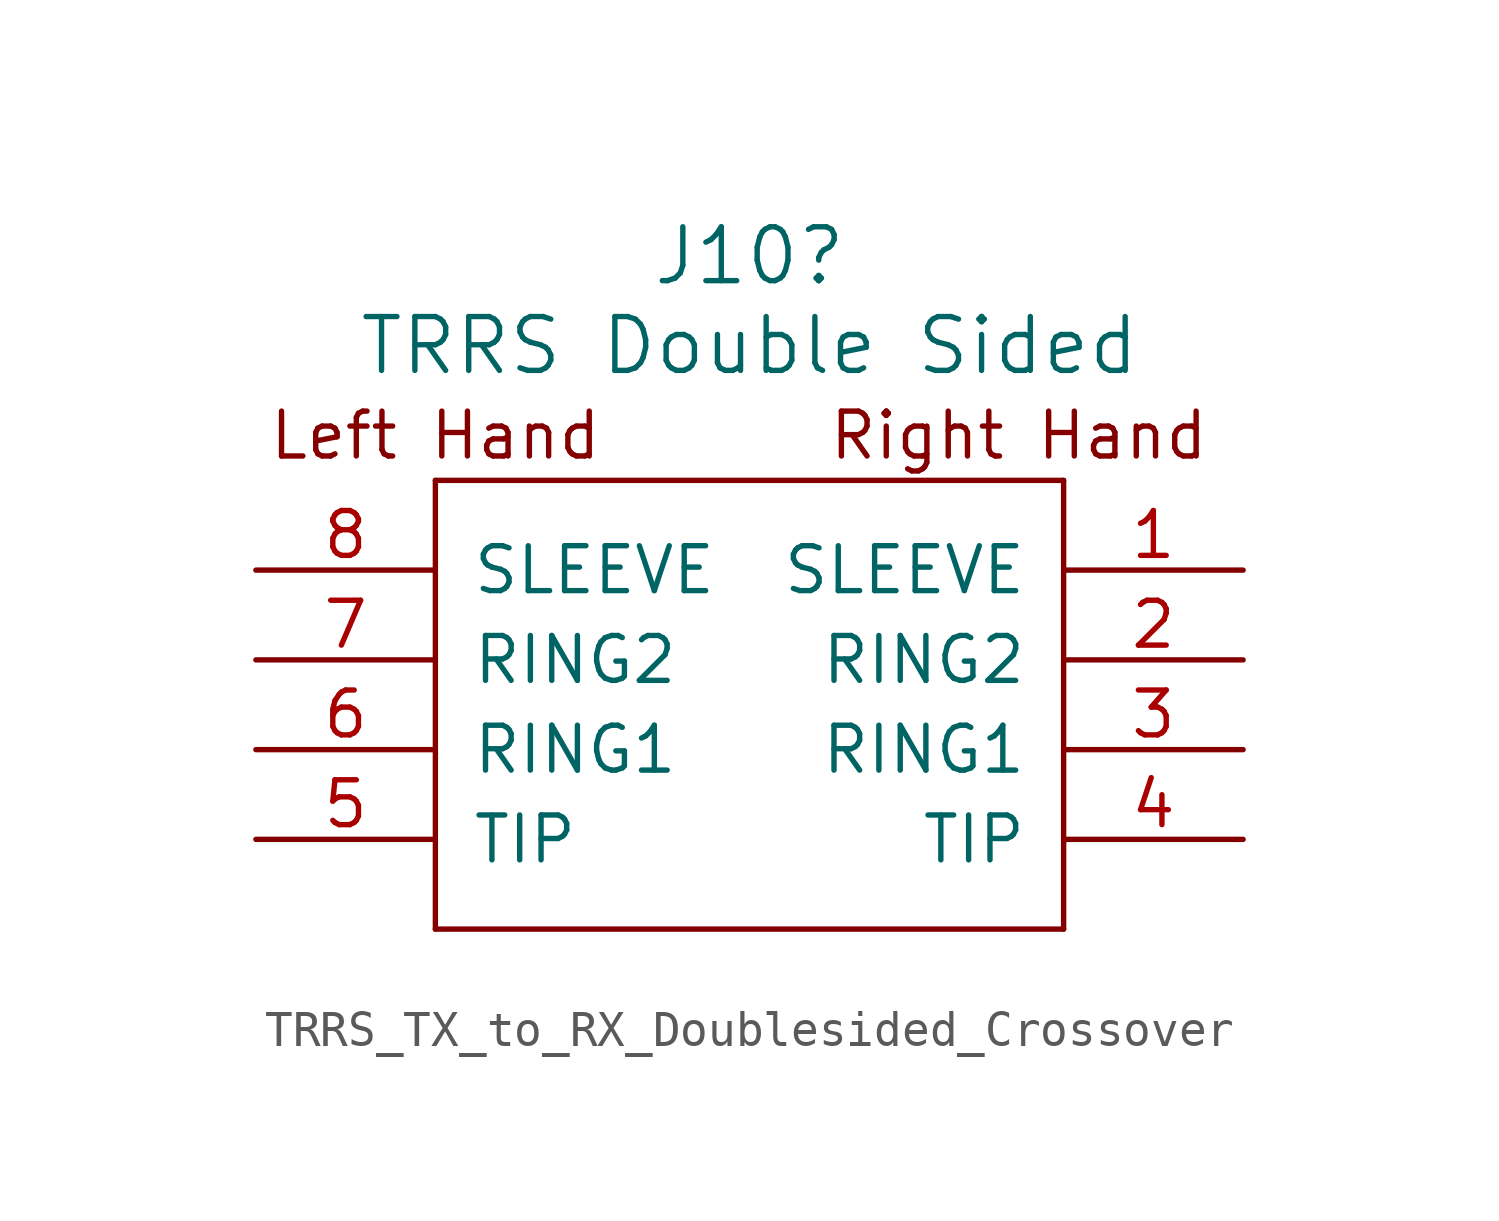
<source format=kicad_sym>
(kicad_symbol_lib
  (version 20220914)
  (generator kicad_symbol_editor)
  (symbol "TRRS_TX_to_RX_Doublesided_Crossover"
    (pin_names
      (offset 1.016))
    (property "Reference" "J10"
      (at -12.7 17.78 0)
      (effects (font (size 1.524 1.524))))
    (property "Value" "TRRS Double Sided"
      (at -12.7 15.24 0)
      (effects (font (size 1.524 1.524))))
    (symbol "TRRS_TX_to_RX_Doublesided_Crossover_0_1"
      (rectangle (start -21.59 -1.27) (end -3.81 -1.27) (stroke (width 0) (type default)) (fill (type none)))
      (rectangle (start -21.59 11.43) (end -21.59 -1.27) (stroke (width 0) (type default)) (fill (type none)))
      (rectangle (start -21.59 11.43) (end -3.81 11.43) (stroke (width 0) (type default)) (fill (type none)))
      (rectangle (start -3.81 11.43) (end -3.81 -1.27) (stroke (width 0) (type default)) (fill (type none)))
      (text "Left Hand\n" (at -21.59 12.7 0) (effects (font (size 1.27 1.27))))
      (text "Right Hand" (at -5.08 12.7 0) (effects (font (size 1.27 1.27)))))
    (symbol "TRRS_TX_to_RX_Doublesided_Crossover_1_1"
      (pin input line (at 1.27 8.89 180) (length 5.08) (name "SLEEVE" (effects (font (size 1.27 1.27)))) (number "1" (effects (font (size 1.27 1.27)))))
      (pin input line (at 1.27 6.35 180) (length 5.08) (name "RING2" (effects (font (size 1.27 1.27)))) (number "2" (effects (font (size 1.27 1.27)))))
      (pin input line (at 1.27 3.81 180) (length 5.08) (name "RING1" (effects (font (size 1.27 1.27)))) (number "3" (effects (font (size 1.27 1.27)))))
      (pin input line (at 1.27 1.27 180) (length 5.08) (name "TIP" (effects (font (size 1.27 1.27)))) (number "4" (effects (font (size 1.27 1.27)))))
      (pin input line (at -26.67 1.27 0) (length 5.08) (name "TIP" (effects (font (size 1.27 1.27)))) (number "5" (effects (font (size 1.27 1.27)))))
      (pin input line (at -26.67 3.81 0) (length 5.08) (name "RING1" (effects (font (size 1.27 1.27)))) (number "6" (effects (font (size 1.27 1.27)))))
      (pin input line (at -26.67 6.35 0) (length 5.08) (name "RING2" (effects (font (size 1.27 1.27)))) (number "7" (effects (font (size 1.27 1.27)))))
      (pin input line (at -26.67 8.89 0) (length 5.08) (name "SLEEVE" (effects (font (size 1.27 1.27)))) (number "8" (effects (font (size 1.27 1.27))))))))
</source>
